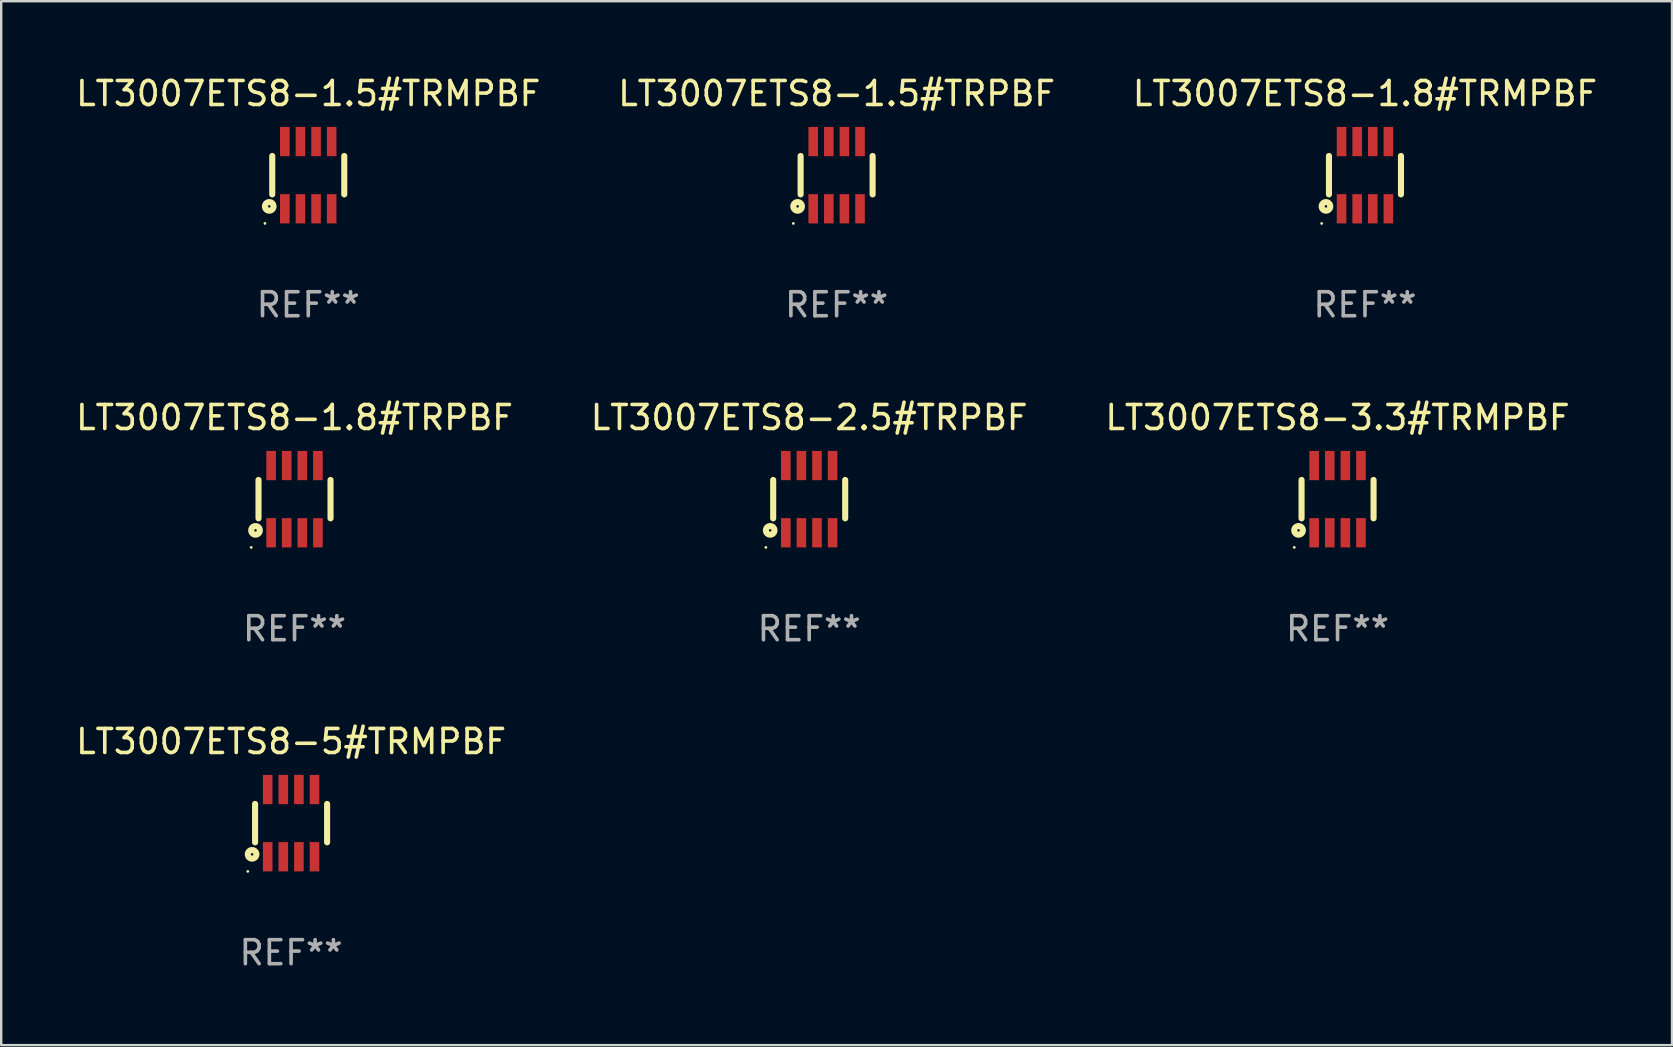
<source format=kicad_pcb>
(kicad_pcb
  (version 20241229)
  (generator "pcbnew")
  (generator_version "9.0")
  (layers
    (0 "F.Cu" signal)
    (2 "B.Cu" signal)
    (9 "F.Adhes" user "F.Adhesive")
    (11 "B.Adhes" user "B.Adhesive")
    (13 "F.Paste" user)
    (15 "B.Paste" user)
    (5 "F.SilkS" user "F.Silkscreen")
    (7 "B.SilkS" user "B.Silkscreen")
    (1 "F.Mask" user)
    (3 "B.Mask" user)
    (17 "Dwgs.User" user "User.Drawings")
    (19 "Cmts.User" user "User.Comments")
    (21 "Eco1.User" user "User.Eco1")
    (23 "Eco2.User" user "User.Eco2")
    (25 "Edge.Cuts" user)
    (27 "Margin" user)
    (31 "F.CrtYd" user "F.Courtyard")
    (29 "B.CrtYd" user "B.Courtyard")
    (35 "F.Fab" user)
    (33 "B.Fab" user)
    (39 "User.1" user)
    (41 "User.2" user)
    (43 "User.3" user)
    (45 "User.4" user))
  (footprint "LT3007ETS8-1.5#TRMPBF"
    (layer "F.Cu")
    (at 9.792 4.248)
    (property "Reference" "LT3007ETS8-1.5#TRMPBF" (at 0 -3.4 0) (layer "F.SilkS") (effects (font (size 1 1) (thickness 0.15))))
    (attr through_hole)
    (fp_line (start -1.5 0.8) (end -1.5 -0.8) (stroke (width 0.254) (type solid)) (layer "F.SilkS"))
    (fp_line (start 1.5 -0.8) (end 1.5 0.8) (stroke (width 0.254) (type solid)) (layer "F.SilkS"))
    (fp_circle (center -1.804 2.01) (end -1.774 2.01) (stroke (width 0.06) (type solid)) (fill no) (layer "F.SilkS"))
    (fp_circle (center -1.625 1.3) (end -1.573 1.3) (stroke (width 0.254) (type solid)) (fill no) (layer "F.SilkS"))
    (fp_text user "REF**" (at 0 5.4 0) (layer "F.Fab") (effects (font (size 1 1) (thickness 0.15))))
    (pad "1" smd rect (at -0.975 1.4 180) (size 0.4 1.22) (layers "F.Cu" "F.Mask" "F.Paste"))
    (pad "2" smd rect (at -0.325 1.4 180) (size 0.4 1.22) (layers "F.Cu" "F.Mask" "F.Paste"))
    (pad "3" smd rect (at 0.325 1.4 180) (size 0.4 1.22) (layers "F.Cu" "F.Mask" "F.Paste"))
    (pad "4" smd rect (at 0.975 1.4 180) (size 0.4 1.22) (layers "F.Cu" "F.Mask" "F.Paste"))
    (pad "5" smd rect (at 0.975 -1.4 180) (size 0.4 1.22) (layers "F.Cu" "F.Mask" "F.Paste"))
    (pad "6" smd rect (at 0.325 -1.4 180) (size 0.4 1.22) (layers "F.Cu" "F.Mask" "F.Paste"))
    (pad "7" smd rect (at -0.325 -1.4 180) (size 0.4 1.22) (layers "F.Cu" "F.Mask" "F.Paste"))
    (pad "8" smd rect (at -0.975 -1.4 180) (size 0.4 1.22) (layers "F.Cu" "F.Mask" "F.Paste")))
  (footprint "LT3007ETS8-3.3#TRMPBF"
    (layer "F.Cu")
    (at 52.673 17.745)
    (property "Reference" "LT3007ETS8-3.3#TRMPBF" (at 0 -3.4 0) (layer "F.SilkS") (effects (font (size 1 1) (thickness 0.15))))
    (attr through_hole)
    (fp_line (start -1.5 0.8) (end -1.5 -0.8) (stroke (width 0.254) (type solid)) (layer "F.SilkS"))
    (fp_line (start 1.5 -0.8) (end 1.5 0.8) (stroke (width 0.254) (type solid)) (layer "F.SilkS"))
    (fp_circle (center -1.804 2.01) (end -1.774 2.01) (stroke (width 0.06) (type solid)) (fill no) (layer "F.SilkS"))
    (fp_circle (center -1.625 1.3) (end -1.573 1.3) (stroke (width 0.254) (type solid)) (fill no) (layer "F.SilkS"))
    (fp_text user "REF**" (at 0 5.4 0) (layer "F.Fab") (effects (font (size 1 1) (thickness 0.15))))
    (pad "1" smd rect (at -0.975 1.4 180) (size 0.4 1.22) (layers "F.Cu" "F.Mask" "F.Paste"))
    (pad "2" smd rect (at -0.325 1.4 180) (size 0.4 1.22) (layers "F.Cu" "F.Mask" "F.Paste"))
    (pad "3" smd rect (at 0.325 1.4 180) (size 0.4 1.22) (layers "F.Cu" "F.Mask" "F.Paste"))
    (pad "4" smd rect (at 0.975 1.4 180) (size 0.4 1.22) (layers "F.Cu" "F.Mask" "F.Paste"))
    (pad "5" smd rect (at 0.975 -1.4 180) (size 0.4 1.22) (layers "F.Cu" "F.Mask" "F.Paste"))
    (pad "6" smd rect (at 0.325 -1.4 180) (size 0.4 1.22) (layers "F.Cu" "F.Mask" "F.Paste"))
    (pad "7" smd rect (at -0.325 -1.4 180) (size 0.4 1.22) (layers "F.Cu" "F.Mask" "F.Paste"))
    (pad "8" smd rect (at -0.975 -1.4 180) (size 0.4 1.22) (layers "F.Cu" "F.Mask" "F.Paste")))
  (footprint "LT3007ETS8-2.5#TRPBF"
    (layer "F.Cu")
    (at 30.661 17.745)
    (property "Reference" "LT3007ETS8-2.5#TRPBF" (at 0 -3.4 0) (layer "F.SilkS") (effects (font (size 1 1) (thickness 0.15))))
    (attr through_hole)
    (fp_line (start -1.5 0.8) (end -1.5 -0.8) (stroke (width 0.254) (type solid)) (layer "F.SilkS"))
    (fp_line (start 1.5 -0.8) (end 1.5 0.8) (stroke (width 0.254) (type solid)) (layer "F.SilkS"))
    (fp_circle (center -1.804 2.01) (end -1.774 2.01) (stroke (width 0.06) (type solid)) (fill no) (layer "F.SilkS"))
    (fp_circle (center -1.625 1.3) (end -1.573 1.3) (stroke (width 0.254) (type solid)) (fill no) (layer "F.SilkS"))
    (fp_text user "REF**" (at 0 5.4 0) (layer "F.Fab") (effects (font (size 1 1) (thickness 0.15))))
    (pad "1" smd rect (at -0.975 1.4 180) (size 0.4 1.22) (layers "F.Cu" "F.Mask" "F.Paste"))
    (pad "2" smd rect (at -0.325 1.4 180) (size 0.4 1.22) (layers "F.Cu" "F.Mask" "F.Paste"))
    (pad "3" smd rect (at 0.325 1.4 180) (size 0.4 1.22) (layers "F.Cu" "F.Mask" "F.Paste"))
    (pad "4" smd rect (at 0.975 1.4 180) (size 0.4 1.22) (layers "F.Cu" "F.Mask" "F.Paste"))
    (pad "5" smd rect (at 0.975 -1.4 180) (size 0.4 1.22) (layers "F.Cu" "F.Mask" "F.Paste"))
    (pad "6" smd rect (at 0.325 -1.4 180) (size 0.4 1.22) (layers "F.Cu" "F.Mask" "F.Paste"))
    (pad "7" smd rect (at -0.325 -1.4 180) (size 0.4 1.22) (layers "F.Cu" "F.Mask" "F.Paste"))
    (pad "8" smd rect (at -0.975 -1.4 180) (size 0.4 1.22) (layers "F.Cu" "F.Mask" "F.Paste")))
  (footprint "LT3007ETS8-1.5#TRPBF"
    (layer "F.Cu")
    (at 31.804 4.248)
    (property "Reference" "LT3007ETS8-1.5#TRPBF" (at 0 -3.4 0) (layer "F.SilkS") (effects (font (size 1 1) (thickness 0.15))))
    (attr through_hole)
    (fp_line (start -1.5 0.8) (end -1.5 -0.8) (stroke (width 0.254) (type solid)) (layer "F.SilkS"))
    (fp_line (start 1.5 -0.8) (end 1.5 0.8) (stroke (width 0.254) (type solid)) (layer "F.SilkS"))
    (fp_circle (center -1.804 2.01) (end -1.774 2.01) (stroke (width 0.06) (type solid)) (fill no) (layer "F.SilkS"))
    (fp_circle (center -1.625 1.3) (end -1.573 1.3) (stroke (width 0.254) (type solid)) (fill no) (layer "F.SilkS"))
    (fp_text user "REF**" (at 0 5.4 0) (layer "F.Fab") (effects (font (size 1 1) (thickness 0.15))))
    (pad "1" smd rect (at -0.975 1.4 180) (size 0.4 1.22) (layers "F.Cu" "F.Mask" "F.Paste"))
    (pad "2" smd rect (at -0.325 1.4 180) (size 0.4 1.22) (layers "F.Cu" "F.Mask" "F.Paste"))
    (pad "3" smd rect (at 0.325 1.4 180) (size 0.4 1.22) (layers "F.Cu" "F.Mask" "F.Paste"))
    (pad "4" smd rect (at 0.975 1.4 180) (size 0.4 1.22) (layers "F.Cu" "F.Mask" "F.Paste"))
    (pad "5" smd rect (at 0.975 -1.4 180) (size 0.4 1.22) (layers "F.Cu" "F.Mask" "F.Paste"))
    (pad "6" smd rect (at 0.325 -1.4 180) (size 0.4 1.22) (layers "F.Cu" "F.Mask" "F.Paste"))
    (pad "7" smd rect (at -0.325 -1.4 180) (size 0.4 1.22) (layers "F.Cu" "F.Mask" "F.Paste"))
    (pad "8" smd rect (at -0.975 -1.4 180) (size 0.4 1.22) (layers "F.Cu" "F.Mask" "F.Paste")))
  (footprint "LT3007ETS8-1.8#TRPBF"
    (layer "F.Cu")
    (at 9.22 17.745)
    (property "Reference" "LT3007ETS8-1.8#TRPBF" (at 0 -3.4 0) (layer "F.SilkS") (effects (font (size 1 1) (thickness 0.15))))
    (attr through_hole)
    (fp_line (start -1.5 0.8) (end -1.5 -0.8) (stroke (width 0.254) (type solid)) (layer "F.SilkS"))
    (fp_line (start 1.5 -0.8) (end 1.5 0.8) (stroke (width 0.254) (type solid)) (layer "F.SilkS"))
    (fp_circle (center -1.804 2.01) (end -1.774 2.01) (stroke (width 0.06) (type solid)) (fill no) (layer "F.SilkS"))
    (fp_circle (center -1.625 1.3) (end -1.573 1.3) (stroke (width 0.254) (type solid)) (fill no) (layer "F.SilkS"))
    (fp_text user "REF**" (at 0 5.4 0) (layer "F.Fab") (effects (font (size 1 1) (thickness 0.15))))
    (pad "1" smd rect (at -0.975 1.4 180) (size 0.4 1.22) (layers "F.Cu" "F.Mask" "F.Paste"))
    (pad "2" smd rect (at -0.325 1.4 180) (size 0.4 1.22) (layers "F.Cu" "F.Mask" "F.Paste"))
    (pad "3" smd rect (at 0.325 1.4 180) (size 0.4 1.22) (layers "F.Cu" "F.Mask" "F.Paste"))
    (pad "4" smd rect (at 0.975 1.4 180) (size 0.4 1.22) (layers "F.Cu" "F.Mask" "F.Paste"))
    (pad "5" smd rect (at 0.975 -1.4 180) (size 0.4 1.22) (layers "F.Cu" "F.Mask" "F.Paste"))
    (pad "6" smd rect (at 0.325 -1.4 180) (size 0.4 1.22) (layers "F.Cu" "F.Mask" "F.Paste"))
    (pad "7" smd rect (at -0.325 -1.4 180) (size 0.4 1.22) (layers "F.Cu" "F.Mask" "F.Paste"))
    (pad "8" smd rect (at -0.975 -1.4 180) (size 0.4 1.22) (layers "F.Cu" "F.Mask" "F.Paste")))
  (footprint "LT3007ETS8-5#TRMPBF"
    (layer "F.Cu")
    (at 9.077 31.242)
    (property "Reference" "LT3007ETS8-5#TRMPBF" (at 0 -3.4 0) (layer "F.SilkS") (effects (font (size 1 1) (thickness 0.15))))
    (attr through_hole)
    (fp_line (start -1.5 0.8) (end -1.5 -0.8) (stroke (width 0.254) (type solid)) (layer "F.SilkS"))
    (fp_line (start 1.5 -0.8) (end 1.5 0.8) (stroke (width 0.254) (type solid)) (layer "F.SilkS"))
    (fp_circle (center -1.804 2.01) (end -1.774 2.01) (stroke (width 0.06) (type solid)) (fill no) (layer "F.SilkS"))
    (fp_circle (center -1.625 1.3) (end -1.573 1.3) (stroke (width 0.254) (type solid)) (fill no) (layer "F.SilkS"))
    (fp_text user "REF**" (at 0 5.4 0) (layer "F.Fab") (effects (font (size 1 1) (thickness 0.15))))
    (pad "1" smd rect (at -0.975 1.4 180) (size 0.4 1.22) (layers "F.Cu" "F.Mask" "F.Paste"))
    (pad "2" smd rect (at -0.325 1.4 180) (size 0.4 1.22) (layers "F.Cu" "F.Mask" "F.Paste"))
    (pad "3" smd rect (at 0.325 1.4 180) (size 0.4 1.22) (layers "F.Cu" "F.Mask" "F.Paste"))
    (pad "4" smd rect (at 0.975 1.4 180) (size 0.4 1.22) (layers "F.Cu" "F.Mask" "F.Paste"))
    (pad "5" smd rect (at 0.975 -1.4 180) (size 0.4 1.22) (layers "F.Cu" "F.Mask" "F.Paste"))
    (pad "6" smd rect (at 0.325 -1.4 180) (size 0.4 1.22) (layers "F.Cu" "F.Mask" "F.Paste"))
    (pad "7" smd rect (at -0.325 -1.4 180) (size 0.4 1.22) (layers "F.Cu" "F.Mask" "F.Paste"))
    (pad "8" smd rect (at -0.975 -1.4 180) (size 0.4 1.22) (layers "F.Cu" "F.Mask" "F.Paste")))
  (footprint "LT3007ETS8-1.8#TRMPBF"
    (layer "F.Cu")
    (at 53.815 4.248)
    (property "Reference" "LT3007ETS8-1.8#TRMPBF" (at 0 -3.4 0) (layer "F.SilkS") (effects (font (size 1 1) (thickness 0.15))))
    (attr through_hole)
    (fp_line (start -1.5 0.8) (end -1.5 -0.8) (stroke (width 0.254) (type solid)) (layer "F.SilkS"))
    (fp_line (start 1.5 -0.8) (end 1.5 0.8) (stroke (width 0.254) (type solid)) (layer "F.SilkS"))
    (fp_circle (center -1.804 2.01) (end -1.774 2.01) (stroke (width 0.06) (type solid)) (fill no) (layer "F.SilkS"))
    (fp_circle (center -1.625 1.3) (end -1.573 1.3) (stroke (width 0.254) (type solid)) (fill no) (layer "F.SilkS"))
    (fp_text user "REF**" (at 0 5.4 0) (layer "F.Fab") (effects (font (size 1 1) (thickness 0.15))))
    (pad "1" smd rect (at -0.975 1.4 180) (size 0.4 1.22) (layers "F.Cu" "F.Mask" "F.Paste"))
    (pad "2" smd rect (at -0.325 1.4 180) (size 0.4 1.22) (layers "F.Cu" "F.Mask" "F.Paste"))
    (pad "3" smd rect (at 0.325 1.4 180) (size 0.4 1.22) (layers "F.Cu" "F.Mask" "F.Paste"))
    (pad "4" smd rect (at 0.975 1.4 180) (size 0.4 1.22) (layers "F.Cu" "F.Mask" "F.Paste"))
    (pad "5" smd rect (at 0.975 -1.4 180) (size 0.4 1.22) (layers "F.Cu" "F.Mask" "F.Paste"))
    (pad "6" smd rect (at 0.325 -1.4 180) (size 0.4 1.22) (layers "F.Cu" "F.Mask" "F.Paste"))
    (pad "7" smd rect (at -0.325 -1.4 180) (size 0.4 1.22) (layers "F.Cu" "F.Mask" "F.Paste"))
    (pad "8" smd rect (at -0.975 -1.4 180) (size 0.4 1.22) (layers "F.Cu" "F.Mask" "F.Paste")))
  (gr_rect
    (start -3 -3)
    (end 66.607 40.49)
    (stroke (width 0.1) (type default))
    (fill no)
    (layer "Edge.Cuts")))
</source>
